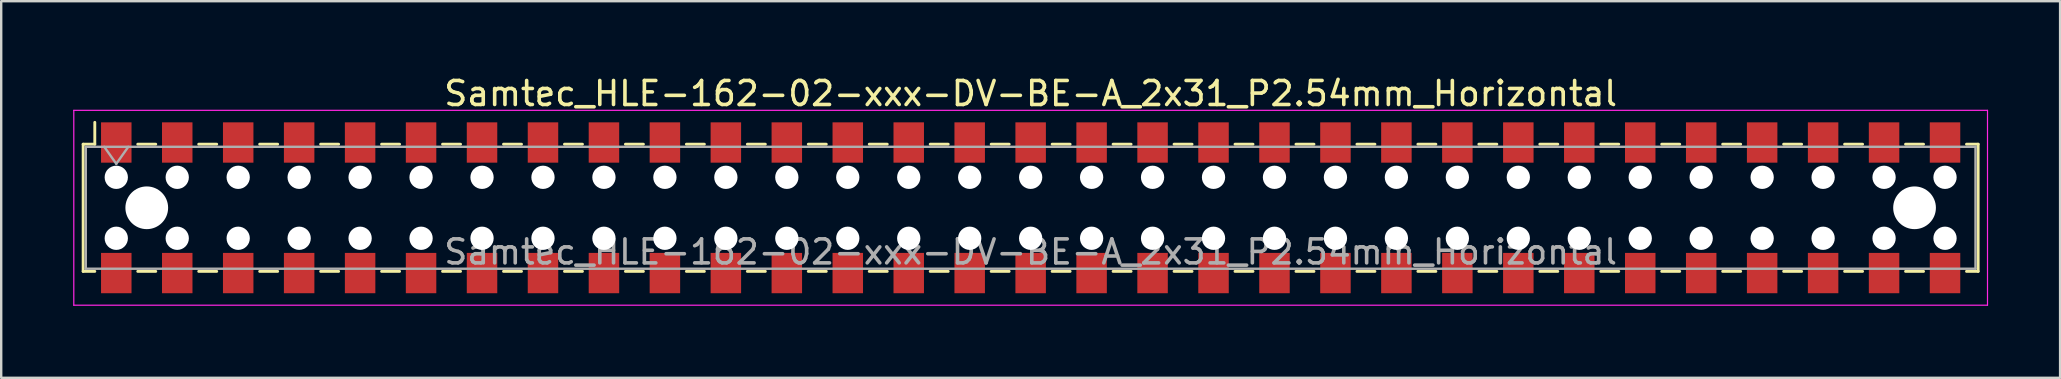
<source format=kicad_pcb>
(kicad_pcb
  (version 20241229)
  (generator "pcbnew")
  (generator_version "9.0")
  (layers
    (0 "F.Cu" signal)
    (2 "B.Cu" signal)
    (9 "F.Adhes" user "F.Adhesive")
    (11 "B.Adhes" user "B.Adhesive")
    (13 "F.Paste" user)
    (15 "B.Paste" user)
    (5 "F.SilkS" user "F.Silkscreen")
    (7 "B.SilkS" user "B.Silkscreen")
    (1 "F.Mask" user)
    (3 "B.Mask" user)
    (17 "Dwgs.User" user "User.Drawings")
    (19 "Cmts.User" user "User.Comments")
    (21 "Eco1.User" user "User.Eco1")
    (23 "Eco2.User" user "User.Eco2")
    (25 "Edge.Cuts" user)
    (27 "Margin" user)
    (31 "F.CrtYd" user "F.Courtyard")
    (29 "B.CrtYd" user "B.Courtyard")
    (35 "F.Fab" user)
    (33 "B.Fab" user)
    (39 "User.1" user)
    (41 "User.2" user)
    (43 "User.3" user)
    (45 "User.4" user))
  (footprint "Samtec_HLE-162-02-xxx-DV-BE-A_2x31_P2.54mm_Horizontal"
    (layer "F.Cu")
    (at 39.895 5.608)
    (property "Reference" "Samtec_HLE-162-02-xxx-DV-BE-A_2x31_P2.54mm_Horizontal" (at 0 -4.76 0) (layer "F.SilkS") (effects (font (size 1 1) (thickness 0.15))))
    (attr smd)
    (fp_line (start -39.48 -2.65) (end -39.48 2.65) (stroke (width 0.12) (type solid)) (layer "F.SilkS"))
    (fp_line (start -39.48 2.65) (end -38.995 2.65) (stroke (width 0.12) (type solid)) (layer "F.SilkS"))
    (fp_line (start -38.995 -3.56) (end -38.995 -2.65) (stroke (width 0.12) (type solid)) (layer "F.SilkS"))
    (fp_line (start -38.995 -2.65) (end -39.48 -2.65) (stroke (width 0.12) (type solid)) (layer "F.SilkS"))
    (fp_line (start -37.205 -2.65) (end -36.455 -2.65) (stroke (width 0.12) (type solid)) (layer "F.SilkS"))
    (fp_line (start -37.205 2.65) (end -36.455 2.65) (stroke (width 0.12) (type solid)) (layer "F.SilkS"))
    (fp_line (start -34.665 -2.65) (end -33.915 -2.65) (stroke (width 0.12) (type solid)) (layer "F.SilkS"))
    (fp_line (start -34.665 2.65) (end -33.915 2.65) (stroke (width 0.12) (type solid)) (layer "F.SilkS"))
    (fp_line (start -32.125 -2.65) (end -31.375 -2.65) (stroke (width 0.12) (type solid)) (layer "F.SilkS"))
    (fp_line (start -32.125 2.65) (end -31.375 2.65) (stroke (width 0.12) (type solid)) (layer "F.SilkS"))
    (fp_line (start -29.585 -2.65) (end -28.835 -2.65) (stroke (width 0.12) (type solid)) (layer "F.SilkS"))
    (fp_line (start -29.585 2.65) (end -28.835 2.65) (stroke (width 0.12) (type solid)) (layer "F.SilkS"))
    (fp_line (start -27.045 -2.65) (end -26.295 -2.65) (stroke (width 0.12) (type solid)) (layer "F.SilkS"))
    (fp_line (start -27.045 2.65) (end -26.295 2.65) (stroke (width 0.12) (type solid)) (layer "F.SilkS"))
    (fp_line (start -24.505 -2.65) (end -23.755 -2.65) (stroke (width 0.12) (type solid)) (layer "F.SilkS"))
    (fp_line (start -24.505 2.65) (end -23.755 2.65) (stroke (width 0.12) (type solid)) (layer "F.SilkS"))
    (fp_line (start -21.965 -2.65) (end -21.215 -2.65) (stroke (width 0.12) (type solid)) (layer "F.SilkS"))
    (fp_line (start -21.965 2.65) (end -21.215 2.65) (stroke (width 0.12) (type solid)) (layer "F.SilkS"))
    (fp_line (start -19.425 -2.65) (end -18.675 -2.65) (stroke (width 0.12) (type solid)) (layer "F.SilkS"))
    (fp_line (start -19.425 2.65) (end -18.675 2.65) (stroke (width 0.12) (type solid)) (layer "F.SilkS"))
    (fp_line (start -16.885 -2.65) (end -16.135 -2.65) (stroke (width 0.12) (type solid)) (layer "F.SilkS"))
    (fp_line (start -16.885 2.65) (end -16.135 2.65) (stroke (width 0.12) (type solid)) (layer "F.SilkS"))
    (fp_line (start -14.345 -2.65) (end -13.595 -2.65) (stroke (width 0.12) (type solid)) (layer "F.SilkS"))
    (fp_line (start -14.345 2.65) (end -13.595 2.65) (stroke (width 0.12) (type solid)) (layer "F.SilkS"))
    (fp_line (start -11.805 -2.65) (end -11.055 -2.65) (stroke (width 0.12) (type solid)) (layer "F.SilkS"))
    (fp_line (start -11.805 2.65) (end -11.055 2.65) (stroke (width 0.12) (type solid)) (layer "F.SilkS"))
    (fp_line (start -9.265 -2.65) (end -8.515 -2.65) (stroke (width 0.12) (type solid)) (layer "F.SilkS"))
    (fp_line (start -9.265 2.65) (end -8.515 2.65) (stroke (width 0.12) (type solid)) (layer "F.SilkS"))
    (fp_line (start -6.725 -2.65) (end -5.975 -2.65) (stroke (width 0.12) (type solid)) (layer "F.SilkS"))
    (fp_line (start -6.725 2.65) (end -5.975 2.65) (stroke (width 0.12) (type solid)) (layer "F.SilkS"))
    (fp_line (start -4.185 -2.65) (end -3.435 -2.65) (stroke (width 0.12) (type solid)) (layer "F.SilkS"))
    (fp_line (start -4.185 2.65) (end -3.435 2.65) (stroke (width 0.12) (type solid)) (layer "F.SilkS"))
    (fp_line (start -1.645 -2.65) (end -0.895 -2.65) (stroke (width 0.12) (type solid)) (layer "F.SilkS"))
    (fp_line (start -1.645 2.65) (end -0.895 2.65) (stroke (width 0.12) (type solid)) (layer "F.SilkS"))
    (fp_line (start 0.895 -2.65) (end 1.645 -2.65) (stroke (width 0.12) (type solid)) (layer "F.SilkS"))
    (fp_line (start 0.895 2.65) (end 1.645 2.65) (stroke (width 0.12) (type solid)) (layer "F.SilkS"))
    (fp_line (start 3.435 -2.65) (end 4.185 -2.65) (stroke (width 0.12) (type solid)) (layer "F.SilkS"))
    (fp_line (start 3.435 2.65) (end 4.185 2.65) (stroke (width 0.12) (type solid)) (layer "F.SilkS"))
    (fp_line (start 5.975 -2.65) (end 6.725 -2.65) (stroke (width 0.12) (type solid)) (layer "F.SilkS"))
    (fp_line (start 5.975 2.65) (end 6.725 2.65) (stroke (width 0.12) (type solid)) (layer "F.SilkS"))
    (fp_line (start 8.515 -2.65) (end 9.265 -2.65) (stroke (width 0.12) (type solid)) (layer "F.SilkS"))
    (fp_line (start 8.515 2.65) (end 9.265 2.65) (stroke (width 0.12) (type solid)) (layer "F.SilkS"))
    (fp_line (start 11.055 -2.65) (end 11.805 -2.65) (stroke (width 0.12) (type solid)) (layer "F.SilkS"))
    (fp_line (start 11.055 2.65) (end 11.805 2.65) (stroke (width 0.12) (type solid)) (layer "F.SilkS"))
    (fp_line (start 13.595 -2.65) (end 14.345 -2.65) (stroke (width 0.12) (type solid)) (layer "F.SilkS"))
    (fp_line (start 13.595 2.65) (end 14.345 2.65) (stroke (width 0.12) (type solid)) (layer "F.SilkS"))
    (fp_line (start 16.135 -2.65) (end 16.885 -2.65) (stroke (width 0.12) (type solid)) (layer "F.SilkS"))
    (fp_line (start 16.135 2.65) (end 16.885 2.65) (stroke (width 0.12) (type solid)) (layer "F.SilkS"))
    (fp_line (start 18.675 -2.65) (end 19.425 -2.65) (stroke (width 0.12) (type solid)) (layer "F.SilkS"))
    (fp_line (start 18.675 2.65) (end 19.425 2.65) (stroke (width 0.12) (type solid)) (layer "F.SilkS"))
    (fp_line (start 21.215 -2.65) (end 21.965 -2.65) (stroke (width 0.12) (type solid)) (layer "F.SilkS"))
    (fp_line (start 21.215 2.65) (end 21.965 2.65) (stroke (width 0.12) (type solid)) (layer "F.SilkS"))
    (fp_line (start 23.755 -2.65) (end 24.505 -2.65) (stroke (width 0.12) (type solid)) (layer "F.SilkS"))
    (fp_line (start 23.755 2.65) (end 24.505 2.65) (stroke (width 0.12) (type solid)) (layer "F.SilkS"))
    (fp_line (start 26.295 -2.65) (end 27.045 -2.65) (stroke (width 0.12) (type solid)) (layer "F.SilkS"))
    (fp_line (start 26.295 2.65) (end 27.045 2.65) (stroke (width 0.12) (type solid)) (layer "F.SilkS"))
    (fp_line (start 28.835 -2.65) (end 29.585 -2.65) (stroke (width 0.12) (type solid)) (layer "F.SilkS"))
    (fp_line (start 28.835 2.65) (end 29.585 2.65) (stroke (width 0.12) (type solid)) (layer "F.SilkS"))
    (fp_line (start 31.375 -2.65) (end 32.125 -2.65) (stroke (width 0.12) (type solid)) (layer "F.SilkS"))
    (fp_line (start 31.375 2.65) (end 32.125 2.65) (stroke (width 0.12) (type solid)) (layer "F.SilkS"))
    (fp_line (start 33.915 -2.65) (end 34.665 -2.65) (stroke (width 0.12) (type solid)) (layer "F.SilkS"))
    (fp_line (start 33.915 2.65) (end 34.665 2.65) (stroke (width 0.12) (type solid)) (layer "F.SilkS"))
    (fp_line (start 36.455 -2.65) (end 37.205 -2.65) (stroke (width 0.12) (type solid)) (layer "F.SilkS"))
    (fp_line (start 36.455 2.65) (end 37.205 2.65) (stroke (width 0.12) (type solid)) (layer "F.SilkS"))
    (fp_line (start 38.995 -2.65) (end 39.48 -2.65) (stroke (width 0.12) (type solid)) (layer "F.SilkS"))
    (fp_line (start 39.48 -2.65) (end 39.48 2.65) (stroke (width 0.12) (type solid)) (layer "F.SilkS"))
    (fp_line (start 39.48 2.65) (end 38.995 2.65) (stroke (width 0.12) (type solid)) (layer "F.SilkS"))
    (fp_line (start -39.87 -4.06) (end 39.87 -4.06) (stroke (width 0.05) (type solid)) (layer "F.CrtYd"))
    (fp_line (start -39.87 4.06) (end -39.87 -4.06) (stroke (width 0.05) (type solid)) (layer "F.CrtYd"))
    (fp_line (start 39.87 -4.06) (end 39.87 4.06) (stroke (width 0.05) (type solid)) (layer "F.CrtYd"))
    (fp_line (start 39.87 4.06) (end -39.87 4.06) (stroke (width 0.05) (type solid)) (layer "F.CrtYd"))
    (fp_line (start -39.37 -2.54) (end 39.37 -2.54) (stroke (width 0.1) (type solid)) (layer "F.Fab"))
    (fp_line (start -39.37 2.54) (end -39.37 -2.54) (stroke (width 0.1) (type solid)) (layer "F.Fab"))
    (fp_line (start -38.6 -2.54) (end -38.1 -1.833) (stroke (width 0.1) (type solid)) (layer "F.Fab"))
    (fp_line (start -38.1 -1.833) (end -37.6 -2.54) (stroke (width 0.1) (type solid)) (layer "F.Fab"))
    (fp_line (start 39.37 -2.54) (end 39.37 2.54) (stroke (width 0.1) (type solid)) (layer "F.Fab"))
    (fp_line (start 39.37 2.54) (end -39.37 2.54) (stroke (width 0.1) (type solid)) (layer "F.Fab"))
    (fp_text user "${REFERENCE}" (at 0 1.84 0) (layer "F.Fab") (effects (font (size 1 1) (thickness 0.15))))
    (pad "" np_thru_hole circle (at -38.1 -1.27) (size 0.97 0.97) (drill 0.97) (layers "*.Cu" "*.Mask"))
    (pad "" np_thru_hole circle (at -38.1 1.27) (size 0.97 0.97) (drill 0.97) (layers "*.Cu" "*.Mask"))
    (pad "" np_thru_hole circle (at -36.83 0) (size 1.78 1.78) (drill 1.78) (layers "*.Cu" "*.Mask"))
    (pad "" np_thru_hole circle (at -35.56 -1.27) (size 0.97 0.97) (drill 0.97) (layers "*.Cu" "*.Mask"))
    (pad "" np_thru_hole circle (at -35.56 1.27) (size 0.97 0.97) (drill 0.97) (layers "*.Cu" "*.Mask"))
    (pad "" np_thru_hole circle (at -33.02 -1.27) (size 0.97 0.97) (drill 0.97) (layers "*.Cu" "*.Mask"))
    (pad "" np_thru_hole circle (at -33.02 1.27) (size 0.97 0.97) (drill 0.97) (layers "*.Cu" "*.Mask"))
    (pad "" np_thru_hole circle (at -30.48 -1.27) (size 0.97 0.97) (drill 0.97) (layers "*.Cu" "*.Mask"))
    (pad "" np_thru_hole circle (at -30.48 1.27) (size 0.97 0.97) (drill 0.97) (layers "*.Cu" "*.Mask"))
    (pad "" np_thru_hole circle (at -27.94 -1.27) (size 0.97 0.97) (drill 0.97) (layers "*.Cu" "*.Mask"))
    (pad "" np_thru_hole circle (at -27.94 1.27) (size 0.97 0.97) (drill 0.97) (layers "*.Cu" "*.Mask"))
    (pad "" np_thru_hole circle (at -25.4 -1.27) (size 0.97 0.97) (drill 0.97) (layers "*.Cu" "*.Mask"))
    (pad "" np_thru_hole circle (at -25.4 1.27) (size 0.97 0.97) (drill 0.97) (layers "*.Cu" "*.Mask"))
    (pad "" np_thru_hole circle (at -22.86 -1.27) (size 0.97 0.97) (drill 0.97) (layers "*.Cu" "*.Mask"))
    (pad "" np_thru_hole circle (at -22.86 1.27) (size 0.97 0.97) (drill 0.97) (layers "*.Cu" "*.Mask"))
    (pad "" np_thru_hole circle (at -20.32 -1.27) (size 0.97 0.97) (drill 0.97) (layers "*.Cu" "*.Mask"))
    (pad "" np_thru_hole circle (at -20.32 1.27) (size 0.97 0.97) (drill 0.97) (layers "*.Cu" "*.Mask"))
    (pad "" np_thru_hole circle (at -17.78 -1.27) (size 0.97 0.97) (drill 0.97) (layers "*.Cu" "*.Mask"))
    (pad "" np_thru_hole circle (at -17.78 1.27) (size 0.97 0.97) (drill 0.97) (layers "*.Cu" "*.Mask"))
    (pad "" np_thru_hole circle (at -15.24 -1.27) (size 0.97 0.97) (drill 0.97) (layers "*.Cu" "*.Mask"))
    (pad "" np_thru_hole circle (at -15.24 1.27) (size 0.97 0.97) (drill 0.97) (layers "*.Cu" "*.Mask"))
    (pad "" np_thru_hole circle (at -12.7 -1.27) (size 0.97 0.97) (drill 0.97) (layers "*.Cu" "*.Mask"))
    (pad "" np_thru_hole circle (at -12.7 1.27) (size 0.97 0.97) (drill 0.97) (layers "*.Cu" "*.Mask"))
    (pad "" np_thru_hole circle (at -10.16 -1.27) (size 0.97 0.97) (drill 0.97) (layers "*.Cu" "*.Mask"))
    (pad "" np_thru_hole circle (at -10.16 1.27) (size 0.97 0.97) (drill 0.97) (layers "*.Cu" "*.Mask"))
    (pad "" np_thru_hole circle (at -7.62 -1.27) (size 0.97 0.97) (drill 0.97) (layers "*.Cu" "*.Mask"))
    (pad "" np_thru_hole circle (at -7.62 1.27) (size 0.97 0.97) (drill 0.97) (layers "*.Cu" "*.Mask"))
    (pad "" np_thru_hole circle (at -5.08 -1.27) (size 0.97 0.97) (drill 0.97) (layers "*.Cu" "*.Mask"))
    (pad "" np_thru_hole circle (at -5.08 1.27) (size 0.97 0.97) (drill 0.97) (layers "*.Cu" "*.Mask"))
    (pad "" np_thru_hole circle (at -2.54 -1.27) (size 0.97 0.97) (drill 0.97) (layers "*.Cu" "*.Mask"))
    (pad "" np_thru_hole circle (at -2.54 1.27) (size 0.97 0.97) (drill 0.97) (layers "*.Cu" "*.Mask"))
    (pad "" np_thru_hole circle (at 0 -1.27) (size 0.97 0.97) (drill 0.97) (layers "*.Cu" "*.Mask"))
    (pad "" np_thru_hole circle (at 0 1.27) (size 0.97 0.97) (drill 0.97) (layers "*.Cu" "*.Mask"))
    (pad "" np_thru_hole circle (at 2.54 -1.27) (size 0.97 0.97) (drill 0.97) (layers "*.Cu" "*.Mask"))
    (pad "" np_thru_hole circle (at 2.54 1.27) (size 0.97 0.97) (drill 0.97) (layers "*.Cu" "*.Mask"))
    (pad "" np_thru_hole circle (at 5.08 -1.27) (size 0.97 0.97) (drill 0.97) (layers "*.Cu" "*.Mask"))
    (pad "" np_thru_hole circle (at 5.08 1.27) (size 0.97 0.97) (drill 0.97) (layers "*.Cu" "*.Mask"))
    (pad "" np_thru_hole circle (at 7.62 -1.27) (size 0.97 0.97) (drill 0.97) (layers "*.Cu" "*.Mask"))
    (pad "" np_thru_hole circle (at 7.62 1.27) (size 0.97 0.97) (drill 0.97) (layers "*.Cu" "*.Mask"))
    (pad "" np_thru_hole circle (at 10.16 -1.27) (size 0.97 0.97) (drill 0.97) (layers "*.Cu" "*.Mask"))
    (pad "" np_thru_hole circle (at 10.16 1.27) (size 0.97 0.97) (drill 0.97) (layers "*.Cu" "*.Mask"))
    (pad "" np_thru_hole circle (at 12.7 -1.27) (size 0.97 0.97) (drill 0.97) (layers "*.Cu" "*.Mask"))
    (pad "" np_thru_hole circle (at 12.7 1.27) (size 0.97 0.97) (drill 0.97) (layers "*.Cu" "*.Mask"))
    (pad "" np_thru_hole circle (at 15.24 -1.27) (size 0.97 0.97) (drill 0.97) (layers "*.Cu" "*.Mask"))
    (pad "" np_thru_hole circle (at 15.24 1.27) (size 0.97 0.97) (drill 0.97) (layers "*.Cu" "*.Mask"))
    (pad "" np_thru_hole circle (at 17.78 -1.27) (size 0.97 0.97) (drill 0.97) (layers "*.Cu" "*.Mask"))
    (pad "" np_thru_hole circle (at 17.78 1.27) (size 0.97 0.97) (drill 0.97) (layers "*.Cu" "*.Mask"))
    (pad "" np_thru_hole circle (at 20.32 -1.27) (size 0.97 0.97) (drill 0.97) (layers "*.Cu" "*.Mask"))
    (pad "" np_thru_hole circle (at 20.32 1.27) (size 0.97 0.97) (drill 0.97) (layers "*.Cu" "*.Mask"))
    (pad "" np_thru_hole circle (at 22.86 -1.27) (size 0.97 0.97) (drill 0.97) (layers "*.Cu" "*.Mask"))
    (pad "" np_thru_hole circle (at 22.86 1.27) (size 0.97 0.97) (drill 0.97) (layers "*.Cu" "*.Mask"))
    (pad "" np_thru_hole circle (at 25.4 -1.27) (size 0.97 0.97) (drill 0.97) (layers "*.Cu" "*.Mask"))
    (pad "" np_thru_hole circle (at 25.4 1.27) (size 0.97 0.97) (drill 0.97) (layers "*.Cu" "*.Mask"))
    (pad "" np_thru_hole circle (at 27.94 -1.27) (size 0.97 0.97) (drill 0.97) (layers "*.Cu" "*.Mask"))
    (pad "" np_thru_hole circle (at 27.94 1.27) (size 0.97 0.97) (drill 0.97) (layers "*.Cu" "*.Mask"))
    (pad "" np_thru_hole circle (at 30.48 -1.27) (size 0.97 0.97) (drill 0.97) (layers "*.Cu" "*.Mask"))
    (pad "" np_thru_hole circle (at 30.48 1.27) (size 0.97 0.97) (drill 0.97) (layers "*.Cu" "*.Mask"))
    (pad "" np_thru_hole circle (at 33.02 -1.27) (size 0.97 0.97) (drill 0.97) (layers "*.Cu" "*.Mask"))
    (pad "" np_thru_hole circle (at 33.02 1.27) (size 0.97 0.97) (drill 0.97) (layers "*.Cu" "*.Mask"))
    (pad "" np_thru_hole circle (at 35.56 -1.27) (size 0.97 0.97) (drill 0.97) (layers "*.Cu" "*.Mask"))
    (pad "" np_thru_hole circle (at 35.56 1.27) (size 0.97 0.97) (drill 0.97) (layers "*.Cu" "*.Mask"))
    (pad "" np_thru_hole circle (at 36.83 0) (size 1.78 1.78) (drill 1.78) (layers "*.Cu" "*.Mask"))
    (pad "" np_thru_hole circle (at 38.1 -1.27) (size 0.97 0.97) (drill 0.97) (layers "*.Cu" "*.Mask"))
    (pad "" np_thru_hole circle (at 38.1 1.27) (size 0.97 0.97) (drill 0.97) (layers "*.Cu" "*.Mask"))
    (pad "1" smd rect (at -38.1 -2.72) (size 1.27 1.68) (layers "F.Cu" "F.Mask" "F.Paste"))
    (pad "2" smd rect (at -38.1 2.72) (size 1.27 1.68) (layers "F.Cu" "F.Mask" "F.Paste"))
    (pad "3" smd rect (at -35.56 -2.72) (size 1.27 1.68) (layers "F.Cu" "F.Mask" "F.Paste"))
    (pad "4" smd rect (at -35.56 2.72) (size 1.27 1.68) (layers "F.Cu" "F.Mask" "F.Paste"))
    (pad "5" smd rect (at -33.02 -2.72) (size 1.27 1.68) (layers "F.Cu" "F.Mask" "F.Paste"))
    (pad "6" smd rect (at -33.02 2.72) (size 1.27 1.68) (layers "F.Cu" "F.Mask" "F.Paste"))
    (pad "7" smd rect (at -30.48 -2.72) (size 1.27 1.68) (layers "F.Cu" "F.Mask" "F.Paste"))
    (pad "8" smd rect (at -30.48 2.72) (size 1.27 1.68) (layers "F.Cu" "F.Mask" "F.Paste"))
    (pad "9" smd rect (at -27.94 -2.72) (size 1.27 1.68) (layers "F.Cu" "F.Mask" "F.Paste"))
    (pad "10" smd rect (at -27.94 2.72) (size 1.27 1.68) (layers "F.Cu" "F.Mask" "F.Paste"))
    (pad "11" smd rect (at -25.4 -2.72) (size 1.27 1.68) (layers "F.Cu" "F.Mask" "F.Paste"))
    (pad "12" smd rect (at -25.4 2.72) (size 1.27 1.68) (layers "F.Cu" "F.Mask" "F.Paste"))
    (pad "13" smd rect (at -22.86 -2.72) (size 1.27 1.68) (layers "F.Cu" "F.Mask" "F.Paste"))
    (pad "14" smd rect (at -22.86 2.72) (size 1.27 1.68) (layers "F.Cu" "F.Mask" "F.Paste"))
    (pad "15" smd rect (at -20.32 -2.72) (size 1.27 1.68) (layers "F.Cu" "F.Mask" "F.Paste"))
    (pad "16" smd rect (at -20.32 2.72) (size 1.27 1.68) (layers "F.Cu" "F.Mask" "F.Paste"))
    (pad "17" smd rect (at -17.78 -2.72) (size 1.27 1.68) (layers "F.Cu" "F.Mask" "F.Paste"))
    (pad "18" smd rect (at -17.78 2.72) (size 1.27 1.68) (layers "F.Cu" "F.Mask" "F.Paste"))
    (pad "19" smd rect (at -15.24 -2.72) (size 1.27 1.68) (layers "F.Cu" "F.Mask" "F.Paste"))
    (pad "20" smd rect (at -15.24 2.72) (size 1.27 1.68) (layers "F.Cu" "F.Mask" "F.Paste"))
    (pad "21" smd rect (at -12.7 -2.72) (size 1.27 1.68) (layers "F.Cu" "F.Mask" "F.Paste"))
    (pad "22" smd rect (at -12.7 2.72) (size 1.27 1.68) (layers "F.Cu" "F.Mask" "F.Paste"))
    (pad "23" smd rect (at -10.16 -2.72) (size 1.27 1.68) (layers "F.Cu" "F.Mask" "F.Paste"))
    (pad "24" smd rect (at -10.16 2.72) (size 1.27 1.68) (layers "F.Cu" "F.Mask" "F.Paste"))
    (pad "25" smd rect (at -7.62 -2.72) (size 1.27 1.68) (layers "F.Cu" "F.Mask" "F.Paste"))
    (pad "26" smd rect (at -7.62 2.72) (size 1.27 1.68) (layers "F.Cu" "F.Mask" "F.Paste"))
    (pad "27" smd rect (at -5.08 -2.72) (size 1.27 1.68) (layers "F.Cu" "F.Mask" "F.Paste"))
    (pad "28" smd rect (at -5.08 2.72) (size 1.27 1.68) (layers "F.Cu" "F.Mask" "F.Paste"))
    (pad "29" smd rect (at -2.54 -2.72) (size 1.27 1.68) (layers "F.Cu" "F.Mask" "F.Paste"))
    (pad "30" smd rect (at -2.54 2.72) (size 1.27 1.68) (layers "F.Cu" "F.Mask" "F.Paste"))
    (pad "31" smd rect (at 0 -2.72) (size 1.27 1.68) (layers "F.Cu" "F.Mask" "F.Paste"))
    (pad "32" smd rect (at 0 2.72) (size 1.27 1.68) (layers "F.Cu" "F.Mask" "F.Paste"))
    (pad "33" smd rect (at 2.54 -2.72) (size 1.27 1.68) (layers "F.Cu" "F.Mask" "F.Paste"))
    (pad "34" smd rect (at 2.54 2.72) (size 1.27 1.68) (layers "F.Cu" "F.Mask" "F.Paste"))
    (pad "35" smd rect (at 5.08 -2.72) (size 1.27 1.68) (layers "F.Cu" "F.Mask" "F.Paste"))
    (pad "36" smd rect (at 5.08 2.72) (size 1.27 1.68) (layers "F.Cu" "F.Mask" "F.Paste"))
    (pad "37" smd rect (at 7.62 -2.72) (size 1.27 1.68) (layers "F.Cu" "F.Mask" "F.Paste"))
    (pad "38" smd rect (at 7.62 2.72) (size 1.27 1.68) (layers "F.Cu" "F.Mask" "F.Paste"))
    (pad "39" smd rect (at 10.16 -2.72) (size 1.27 1.68) (layers "F.Cu" "F.Mask" "F.Paste"))
    (pad "40" smd rect (at 10.16 2.72) (size 1.27 1.68) (layers "F.Cu" "F.Mask" "F.Paste"))
    (pad "41" smd rect (at 12.7 -2.72) (size 1.27 1.68) (layers "F.Cu" "F.Mask" "F.Paste"))
    (pad "42" smd rect (at 12.7 2.72) (size 1.27 1.68) (layers "F.Cu" "F.Mask" "F.Paste"))
    (pad "43" smd rect (at 15.24 -2.72) (size 1.27 1.68) (layers "F.Cu" "F.Mask" "F.Paste"))
    (pad "44" smd rect (at 15.24 2.72) (size 1.27 1.68) (layers "F.Cu" "F.Mask" "F.Paste"))
    (pad "45" smd rect (at 17.78 -2.72) (size 1.27 1.68) (layers "F.Cu" "F.Mask" "F.Paste"))
    (pad "46" smd rect (at 17.78 2.72) (size 1.27 1.68) (layers "F.Cu" "F.Mask" "F.Paste"))
    (pad "47" smd rect (at 20.32 -2.72) (size 1.27 1.68) (layers "F.Cu" "F.Mask" "F.Paste"))
    (pad "48" smd rect (at 20.32 2.72) (size 1.27 1.68) (layers "F.Cu" "F.Mask" "F.Paste"))
    (pad "49" smd rect (at 22.86 -2.72) (size 1.27 1.68) (layers "F.Cu" "F.Mask" "F.Paste"))
    (pad "50" smd rect (at 22.86 2.72) (size 1.27 1.68) (layers "F.Cu" "F.Mask" "F.Paste"))
    (pad "51" smd rect (at 25.4 -2.72) (size 1.27 1.68) (layers "F.Cu" "F.Mask" "F.Paste"))
    (pad "52" smd rect (at 25.4 2.72) (size 1.27 1.68) (layers "F.Cu" "F.Mask" "F.Paste"))
    (pad "53" smd rect (at 27.94 -2.72) (size 1.27 1.68) (layers "F.Cu" "F.Mask" "F.Paste"))
    (pad "54" smd rect (at 27.94 2.72) (size 1.27 1.68) (layers "F.Cu" "F.Mask" "F.Paste"))
    (pad "55" smd rect (at 30.48 -2.72) (size 1.27 1.68) (layers "F.Cu" "F.Mask" "F.Paste"))
    (pad "56" smd rect (at 30.48 2.72) (size 1.27 1.68) (layers "F.Cu" "F.Mask" "F.Paste"))
    (pad "57" smd rect (at 33.02 -2.72) (size 1.27 1.68) (layers "F.Cu" "F.Mask" "F.Paste"))
    (pad "58" smd rect (at 33.02 2.72) (size 1.27 1.68) (layers "F.Cu" "F.Mask" "F.Paste"))
    (pad "59" smd rect (at 35.56 -2.72) (size 1.27 1.68) (layers "F.Cu" "F.Mask" "F.Paste"))
    (pad "60" smd rect (at 35.56 2.72) (size 1.27 1.68) (layers "F.Cu" "F.Mask" "F.Paste"))
    (pad "61" smd rect (at 38.1 -2.72) (size 1.27 1.68) (layers "F.Cu" "F.Mask" "F.Paste"))
    (pad "62" smd rect (at 38.1 2.72) (size 1.27 1.68) (layers "F.Cu" "F.Mask" "F.Paste")))
  (gr_rect
    (start -3 -3)
    (end 82.79 12.693)
    (stroke (width 0.1) (type default))
    (fill no)
    (layer "Edge.Cuts")))
</source>
